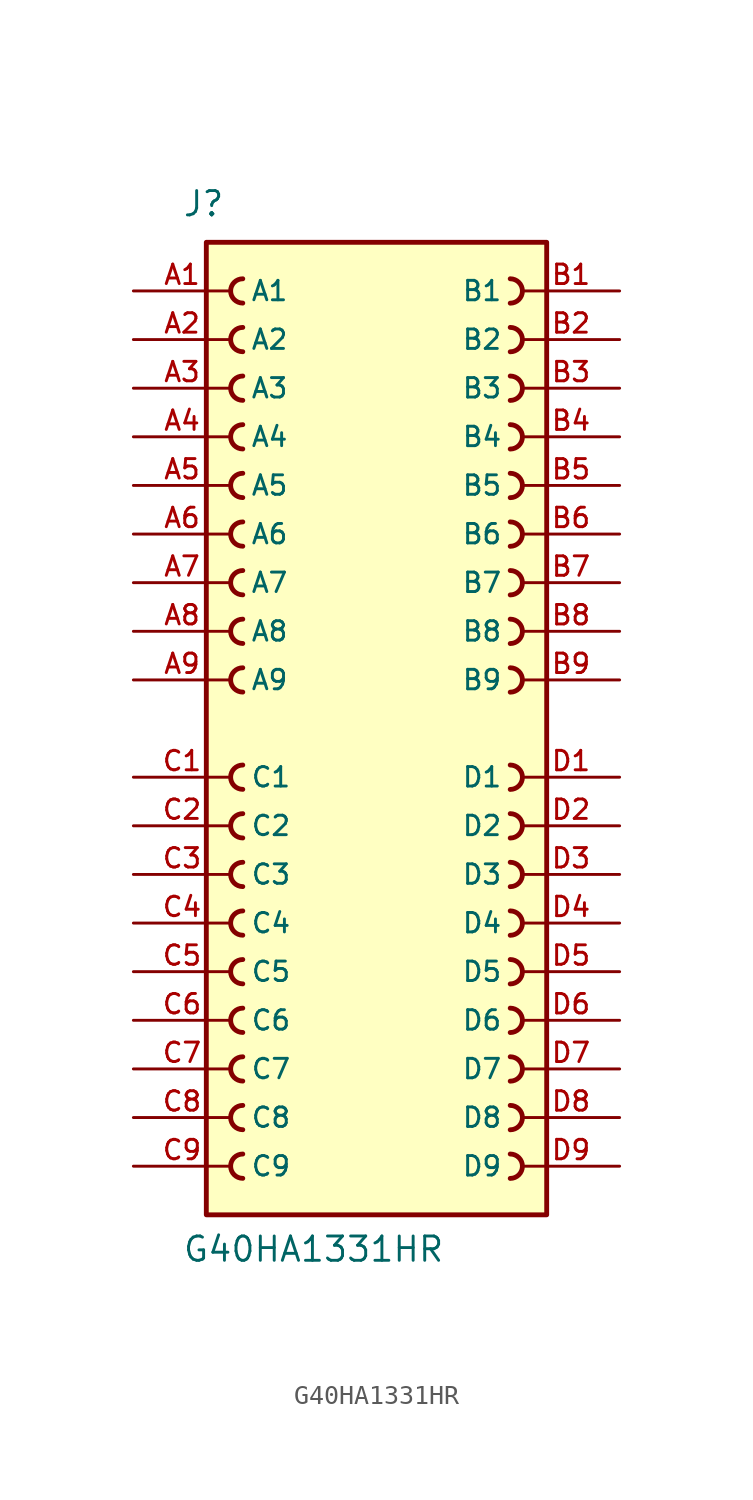
<source format=kicad_sym>
(kicad_symbol_lib
  (version 20211014)
  (generator kicad_symbol_editor)
  (symbol "G40HA1331HR"
    (pin_names
      (offset 1.016))
    (property "Reference" "J"
      (at -10.16 26.67 0)
      (effects (font (size 1.27 1.27)) (justify bottom left)))
    (property "Value" "G40HA1331HR"
      (at -10.16 -27.94 0)
      (effects (font (size 1.27 1.27)) (justify bottom left)))
    (symbol "G40HA1331HR_0_0"
      (arc (start 6.985 22.225) (mid 7.62 22.86) (end 6.985 23.495) (stroke (width 0.254) (type default) (color 0 0 0 0)) (fill (type none)))
      (arc (start 6.985 19.685) (mid 7.62 20.32) (end 6.985 20.955) (stroke (width 0.254) (type default) (color 0 0 0 0)) (fill (type none)))
      (arc (start 6.985 17.145) (mid 7.62 17.78) (end 6.985 18.415) (stroke (width 0.254) (type default) (color 0 0 0 0)) (fill (type none)))
      (arc (start 6.985 14.605) (mid 7.62 15.24) (end 6.985 15.875) (stroke (width 0.254) (type default) (color 0 0 0 0)) (fill (type none)))
      (arc (start 6.985 12.065) (mid 7.62 12.7) (end 6.985 13.335) (stroke (width 0.254) (type default) (color 0 0 0 0)) (fill (type none)))
      (arc (start 6.985 9.525) (mid 7.62 10.16) (end 6.985 10.795) (stroke (width 0.254) (type default) (color 0 0 0 0)) (fill (type none)))
      (arc (start 6.985 6.985) (mid 7.62 7.62) (end 6.985 8.255) (stroke (width 0.254) (type default) (color 0 0 0 0)) (fill (type none)))
      (arc (start 6.985 4.445) (mid 7.62 5.08) (end 6.985 5.715) (stroke (width 0.254) (type default) (color 0 0 0 0)) (fill (type none)))
      (arc (start 6.985 1.905) (mid 7.62 2.54) (end 6.985 3.175) (stroke (width 0.254) (type default) (color 0 0 0 0)) (fill (type none)))
      (arc (start -6.985 3.175) (mid -7.62 2.54) (end -6.985 1.905) (stroke (width 0.254) (type default) (color 0 0 0 0)) (fill (type none)))
      (arc (start -6.985 5.715) (mid -7.62 5.08) (end -6.985 4.445) (stroke (width 0.254) (type default) (color 0 0 0 0)) (fill (type none)))
      (arc (start -6.985 8.255) (mid -7.62 7.62) (end -6.985 6.985) (stroke (width 0.254) (type default) (color 0 0 0 0)) (fill (type none)))
      (arc (start -6.985 10.795) (mid -7.62 10.16) (end -6.985 9.525) (stroke (width 0.254) (type default) (color 0 0 0 0)) (fill (type none)))
      (arc (start -6.985 13.335) (mid -7.62 12.7) (end -6.985 12.065) (stroke (width 0.254) (type default) (color 0 0 0 0)) (fill (type none)))
      (arc (start -6.985 15.875) (mid -7.62 15.24) (end -6.985 14.605) (stroke (width 0.254) (type default) (color 0 0 0 0)) (fill (type none)))
      (arc (start -6.985 18.415) (mid -7.62 17.78) (end -6.985 17.145) (stroke (width 0.254) (type default) (color 0 0 0 0)) (fill (type none)))
      (arc (start -6.985 20.955) (mid -7.62 20.32) (end -6.985 19.685) (stroke (width 0.254) (type default) (color 0 0 0 0)) (fill (type none)))
      (arc (start -6.985 23.495) (mid -7.62 22.86) (end -6.985 22.225) (stroke (width 0.254) (type default) (color 0 0 0 0)) (fill (type none)))
      (arc (start -6.985 -22.225) (mid -7.62 -22.86) (end -6.985 -23.495) (stroke (width 0.254) (type default) (color 0 0 0 0)) (fill (type none)))
      (arc (start -6.985 -19.685) (mid -7.62 -20.32) (end -6.985 -20.955) (stroke (width 0.254) (type default) (color 0 0 0 0)) (fill (type none)))
      (arc (start -6.985 -17.145) (mid -7.62 -17.78) (end -6.985 -18.415) (stroke (width 0.254) (type default) (color 0 0 0 0)) (fill (type none)))
      (arc (start -6.985 -14.605) (mid -7.62 -15.24) (end -6.985 -15.875) (stroke (width 0.254) (type default) (color 0 0 0 0)) (fill (type none)))
      (arc (start -6.985 -12.065) (mid -7.62 -12.7) (end -6.985 -13.335) (stroke (width 0.254) (type default) (color 0 0 0 0)) (fill (type none)))
      (arc (start -6.985 -9.525) (mid -7.62 -10.16) (end -6.985 -10.795) (stroke (width 0.254) (type default) (color 0 0 0 0)) (fill (type none)))
      (arc (start -6.985 -6.985) (mid -7.62 -7.62) (end -6.985 -8.255) (stroke (width 0.254) (type default) (color 0 0 0 0)) (fill (type none)))
      (arc (start -6.985 -4.445) (mid -7.62 -5.08) (end -6.985 -5.715) (stroke (width 0.254) (type default) (color 0 0 0 0)) (fill (type none)))
      (arc (start -6.985 -1.905) (mid -7.62 -2.54) (end -6.985 -3.175) (stroke (width 0.254) (type default) (color 0 0 0 0)) (fill (type none)))
      (arc (start 6.985 -3.175) (mid 7.62 -2.54) (end 6.985 -1.905) (stroke (width 0.254) (type default) (color 0 0 0 0)) (fill (type none)))
      (arc (start 6.985 -5.715) (mid 7.62 -5.08) (end 6.985 -4.445) (stroke (width 0.254) (type default) (color 0 0 0 0)) (fill (type none)))
      (arc (start 6.985 -8.255) (mid 7.62 -7.62) (end 6.985 -6.985) (stroke (width 0.254) (type default) (color 0 0 0 0)) (fill (type none)))
      (arc (start 6.985 -10.795) (mid 7.62 -10.16) (end 6.985 -9.525) (stroke (width 0.254) (type default) (color 0 0 0 0)) (fill (type none)))
      (arc (start 6.985 -13.335) (mid 7.62 -12.7) (end 6.985 -12.065) (stroke (width 0.254) (type default) (color 0 0 0 0)) (fill (type none)))
      (arc (start 6.985 -15.875) (mid 7.62 -15.24) (end 6.985 -14.605) (stroke (width 0.254) (type default) (color 0 0 0 0)) (fill (type none)))
      (arc (start 6.985 -18.415) (mid 7.62 -17.78) (end 6.985 -17.145) (stroke (width 0.254) (type default) (color 0 0 0 0)) (fill (type none)))
      (arc (start 6.985 -20.955) (mid 7.62 -20.32) (end 6.985 -19.685) (stroke (width 0.254) (type default) (color 0 0 0 0)) (fill (type none)))
      (arc (start 6.985 -23.495) (mid 7.62 -22.86) (end 6.985 -22.225) (stroke (width 0.254) (type default) (color 0 0 0 0)) (fill (type none)))
      (rectangle (start -8.89 -25.4) (end 8.89 25.4) (stroke (width 0.254)) (fill (type background)))
      (pin passive line (at -12.7 22.86 0) (length 5.08) (name "A1" (effects (font (size 1.016 1.016)))) (number "A1" (effects (font (size 1.016 1.016)))))
      (pin passive line (at 12.7 22.86 180.0) (length 5.08) (name "B1" (effects (font (size 1.016 1.016)))) (number "B1" (effects (font (size 1.016 1.016)))))
      (pin passive line (at -12.7 20.32 0) (length 5.08) (name "A2" (effects (font (size 1.016 1.016)))) (number "A2" (effects (font (size 1.016 1.016)))))
      (pin passive line (at 12.7 20.32 180.0) (length 5.08) (name "B2" (effects (font (size 1.016 1.016)))) (number "B2" (effects (font (size 1.016 1.016)))))
      (pin passive line (at -12.7 17.78 0) (length 5.08) (name "A3" (effects (font (size 1.016 1.016)))) (number "A3" (effects (font (size 1.016 1.016)))))
      (pin passive line (at 12.7 17.78 180.0) (length 5.08) (name "B3" (effects (font (size 1.016 1.016)))) (number "B3" (effects (font (size 1.016 1.016)))))
      (pin passive line (at -12.7 15.24 0) (length 5.08) (name "A4" (effects (font (size 1.016 1.016)))) (number "A4" (effects (font (size 1.016 1.016)))))
      (pin passive line (at 12.7 15.24 180.0) (length 5.08) (name "B4" (effects (font (size 1.016 1.016)))) (number "B4" (effects (font (size 1.016 1.016)))))
      (pin passive line (at -12.7 12.7 0) (length 5.08) (name "A5" (effects (font (size 1.016 1.016)))) (number "A5" (effects (font (size 1.016 1.016)))))
      (pin passive line (at 12.7 12.7 180.0) (length 5.08) (name "B5" (effects (font (size 1.016 1.016)))) (number "B5" (effects (font (size 1.016 1.016)))))
      (pin passive line (at -12.7 10.16 0) (length 5.08) (name "A6" (effects (font (size 1.016 1.016)))) (number "A6" (effects (font (size 1.016 1.016)))))
      (pin passive line (at 12.7 10.16 180.0) (length 5.08) (name "B6" (effects (font (size 1.016 1.016)))) (number "B6" (effects (font (size 1.016 1.016)))))
      (pin passive line (at -12.7 7.62 0) (length 5.08) (name "A7" (effects (font (size 1.016 1.016)))) (number "A7" (effects (font (size 1.016 1.016)))))
      (pin passive line (at 12.7 7.62 180.0) (length 5.08) (name "B7" (effects (font (size 1.016 1.016)))) (number "B7" (effects (font (size 1.016 1.016)))))
      (pin passive line (at -12.7 5.08 0) (length 5.08) (name "A8" (effects (font (size 1.016 1.016)))) (number "A8" (effects (font (size 1.016 1.016)))))
      (pin passive line (at 12.7 5.08 180.0) (length 5.08) (name "B8" (effects (font (size 1.016 1.016)))) (number "B8" (effects (font (size 1.016 1.016)))))
      (pin passive line (at -12.7 2.54 0) (length 5.08) (name "A9" (effects (font (size 1.016 1.016)))) (number "A9" (effects (font (size 1.016 1.016)))))
      (pin passive line (at 12.7 2.54 180.0) (length 5.08) (name "B9" (effects (font (size 1.016 1.016)))) (number "B9" (effects (font (size 1.016 1.016)))))
      (pin passive line (at -12.7 -2.54 0) (length 5.08) (name "C1" (effects (font (size 1.016 1.016)))) (number "C1" (effects (font (size 1.016 1.016)))))
      (pin passive line (at 12.7 -2.54 180.0) (length 5.08) (name "D1" (effects (font (size 1.016 1.016)))) (number "D1" (effects (font (size 1.016 1.016)))))
      (pin passive line (at -12.7 -5.08 0) (length 5.08) (name "C2" (effects (font (size 1.016 1.016)))) (number "C2" (effects (font (size 1.016 1.016)))))
      (pin passive line (at 12.7 -5.08 180.0) (length 5.08) (name "D2" (effects (font (size 1.016 1.016)))) (number "D2" (effects (font (size 1.016 1.016)))))
      (pin passive line (at -12.7 -7.62 0) (length 5.08) (name "C3" (effects (font (size 1.016 1.016)))) (number "C3" (effects (font (size 1.016 1.016)))))
      (pin passive line (at 12.7 -7.62 180.0) (length 5.08) (name "D3" (effects (font (size 1.016 1.016)))) (number "D3" (effects (font (size 1.016 1.016)))))
      (pin passive line (at -12.7 -10.16 0) (length 5.08) (name "C4" (effects (font (size 1.016 1.016)))) (number "C4" (effects (font (size 1.016 1.016)))))
      (pin passive line (at 12.7 -10.16 180.0) (length 5.08) (name "D4" (effects (font (size 1.016 1.016)))) (number "D4" (effects (font (size 1.016 1.016)))))
      (pin passive line (at -12.7 -12.7 0) (length 5.08) (name "C5" (effects (font (size 1.016 1.016)))) (number "C5" (effects (font (size 1.016 1.016)))))
      (pin passive line (at 12.7 -12.7 180.0) (length 5.08) (name "D5" (effects (font (size 1.016 1.016)))) (number "D5" (effects (font (size 1.016 1.016)))))
      (pin passive line (at -12.7 -15.24 0) (length 5.08) (name "C6" (effects (font (size 1.016 1.016)))) (number "C6" (effects (font (size 1.016 1.016)))))
      (pin passive line (at 12.7 -15.24 180.0) (length 5.08) (name "D6" (effects (font (size 1.016 1.016)))) (number "D6" (effects (font (size 1.016 1.016)))))
      (pin passive line (at -12.7 -17.78 0) (length 5.08) (name "C7" (effects (font (size 1.016 1.016)))) (number "C7" (effects (font (size 1.016 1.016)))))
      (pin passive line (at 12.7 -17.78 180.0) (length 5.08) (name "D7" (effects (font (size 1.016 1.016)))) (number "D7" (effects (font (size 1.016 1.016)))))
      (pin passive line (at -12.7 -20.32 0) (length 5.08) (name "C8" (effects (font (size 1.016 1.016)))) (number "C8" (effects (font (size 1.016 1.016)))))
      (pin passive line (at 12.7 -20.32 180.0) (length 5.08) (name "D8" (effects (font (size 1.016 1.016)))) (number "D8" (effects (font (size 1.016 1.016)))))
      (pin passive line (at -12.7 -22.86 0) (length 5.08) (name "C9" (effects (font (size 1.016 1.016)))) (number "C9" (effects (font (size 1.016 1.016)))))
      (pin passive line (at 12.7 -22.86 180.0) (length 5.08) (name "D9" (effects (font (size 1.016 1.016)))) (number "D9" (effects (font (size 1.016 1.016))))))))
</source>
